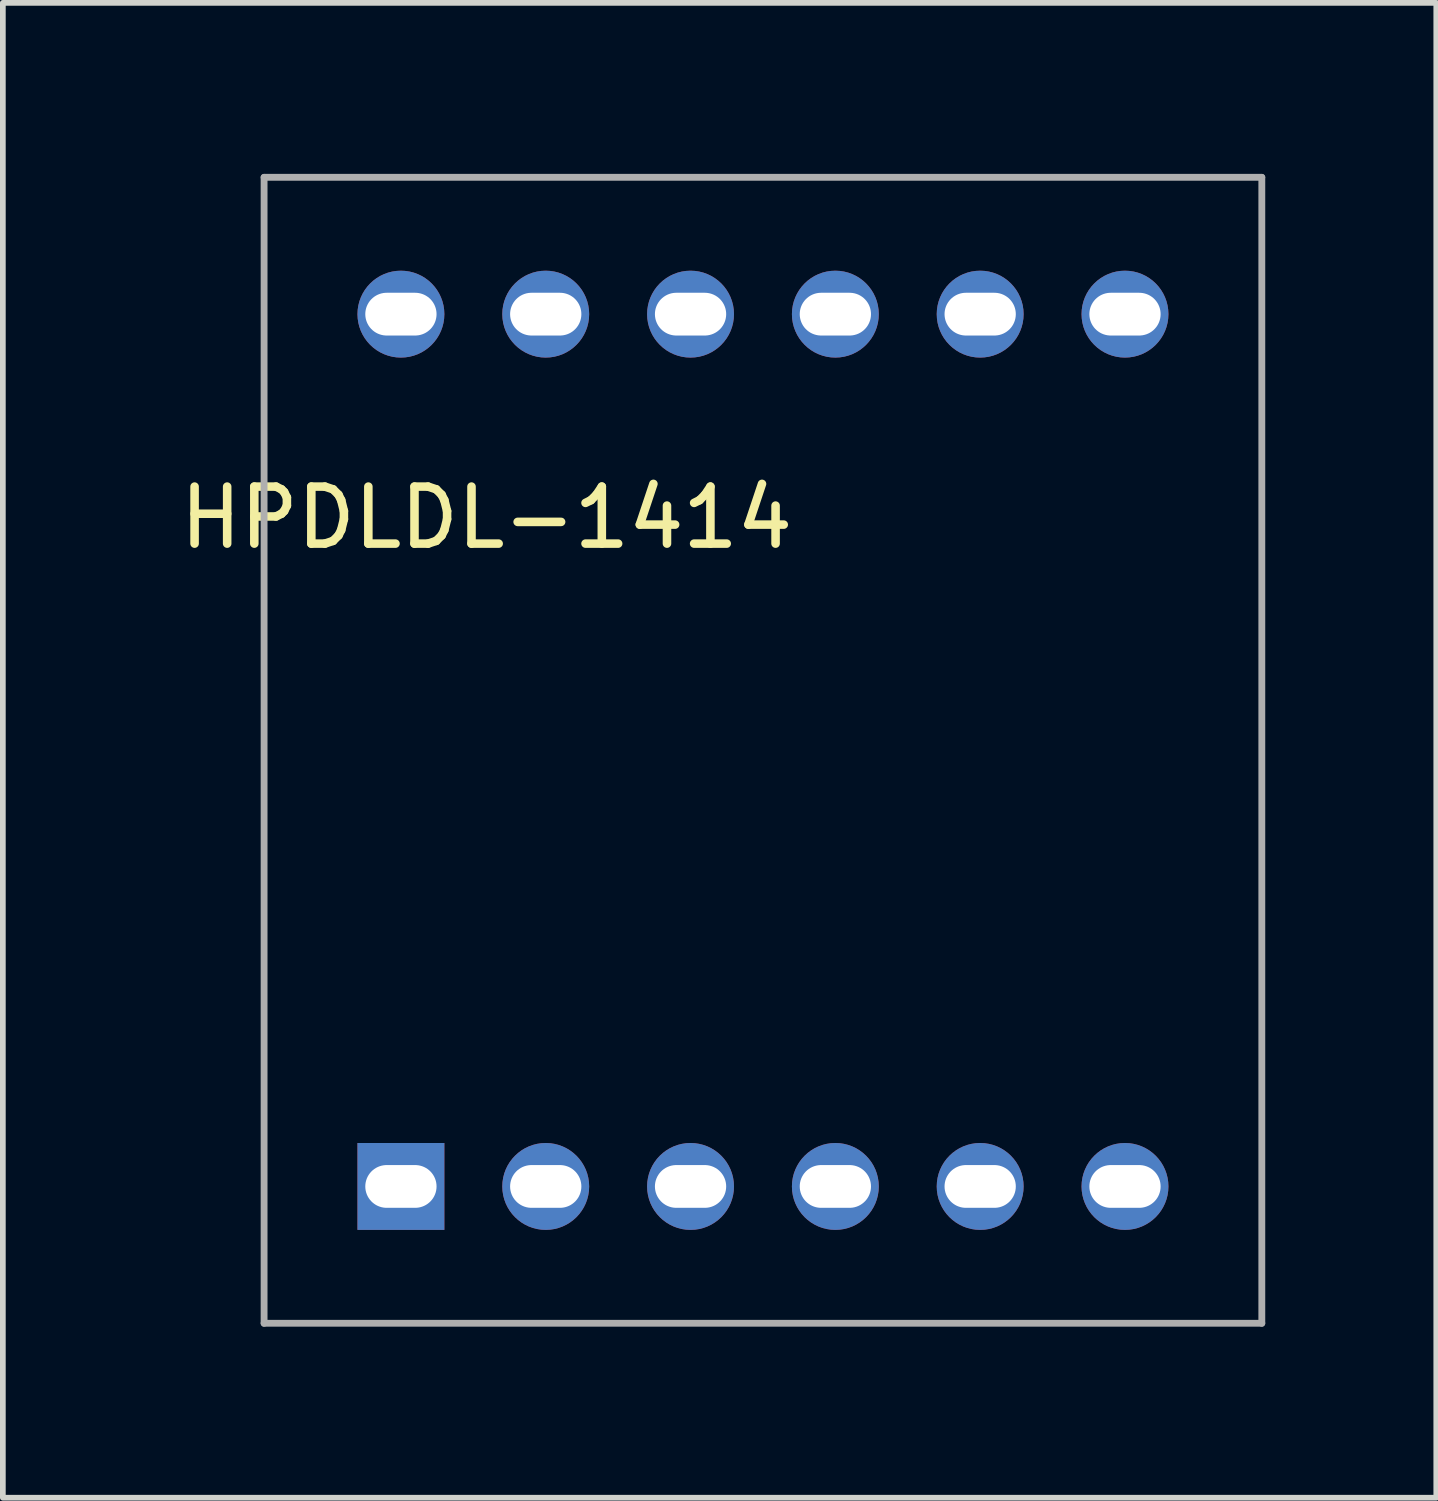
<source format=kicad_pcb>
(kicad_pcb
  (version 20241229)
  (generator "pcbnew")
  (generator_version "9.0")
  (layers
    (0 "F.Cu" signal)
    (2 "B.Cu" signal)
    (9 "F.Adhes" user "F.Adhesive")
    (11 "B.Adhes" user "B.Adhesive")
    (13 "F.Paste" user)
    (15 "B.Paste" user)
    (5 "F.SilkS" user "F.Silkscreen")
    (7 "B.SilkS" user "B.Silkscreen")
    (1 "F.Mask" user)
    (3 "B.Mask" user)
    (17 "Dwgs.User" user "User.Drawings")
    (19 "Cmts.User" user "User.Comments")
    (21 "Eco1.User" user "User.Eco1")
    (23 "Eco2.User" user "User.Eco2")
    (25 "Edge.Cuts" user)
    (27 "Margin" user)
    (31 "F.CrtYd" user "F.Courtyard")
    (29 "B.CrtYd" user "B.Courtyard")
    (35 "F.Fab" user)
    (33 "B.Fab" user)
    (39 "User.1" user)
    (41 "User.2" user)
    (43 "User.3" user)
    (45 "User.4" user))
  (footprint "HPDLDL-1414"
    (layer "F.Cu")
    (at 1.582 17.76)
    (property "Reference" "HPDLDL-1414" (at 3.9 -11.73 0) (layer "F.SilkS") (effects (font (size 1 1) (thickness 0.15))))
    (attr through_hole)
    (fp_line (start 0 -17.7) (end 17.5 -17.7) (stroke (width 0.12) (type solid)) (layer "F.Fab"))
    (fp_line (start 0 2.4) (end 0 -17.7) (stroke (width 0.12) (type solid)) (layer "F.Fab"))
    (fp_line (start 0 2.4) (end 17.5 2.4) (stroke (width 0.12) (type solid)) (layer "F.Fab"))
    (fp_line (start 17.5 2.4) (end 17.5 -17.7) (stroke (width 0.12) (type solid)) (layer "F.Fab"))
    (pad "1" thru_hole rect (at 2.4 0) (size 1.524 1.524) (drill oval 1.25 0.75) (layers "*.Cu" "*.Mask"))
    (pad "2" thru_hole circle (at 4.94 0) (size 1.524 1.524) (drill oval 1.25 0.75) (layers "*.Cu" "*.Mask"))
    (pad "3" thru_hole circle (at 7.48 0) (size 1.524 1.524) (drill oval 1.25 0.75) (layers "*.Cu" "*.Mask"))
    (pad "4" thru_hole circle (at 10.02 0) (size 1.524 1.524) (drill oval 1.25 0.75) (layers "*.Cu" "*.Mask"))
    (pad "5" thru_hole circle (at 12.56 0) (size 1.524 1.524) (drill oval 1.25 0.75) (layers "*.Cu" "*.Mask"))
    (pad "6" thru_hole circle (at 15.1 0) (size 1.524 1.524) (drill oval 1.25 0.75) (layers "*.Cu" "*.Mask"))
    (pad "7" thru_hole circle (at 15.1 -15.3 180) (size 1.524 1.524) (drill oval 1.25 0.75) (layers "*.Cu" "*.Mask"))
    (pad "8" thru_hole circle (at 12.56 -15.3 180) (size 1.524 1.524) (drill oval 1.25 0.75) (layers "*.Cu" "*.Mask"))
    (pad "9" thru_hole circle (at 10.02 -15.3 180) (size 1.524 1.524) (drill oval 1.25 0.75) (layers "*.Cu" "*.Mask"))
    (pad "10" thru_hole circle (at 7.48 -15.3 180) (size 1.524 1.524) (drill oval 1.25 0.75) (layers "*.Cu" "*.Mask"))
    (pad "11" thru_hole circle (at 4.94 -15.3 180) (size 1.524 1.524) (drill oval 1.25 0.75) (layers "*.Cu" "*.Mask"))
    (pad "12" thru_hole circle (at 2.4 -15.3 180) (size 1.524 1.524) (drill oval 1.25 0.75) (layers "*.Cu" "*.Mask")))
  (gr_rect
    (start -3 -3)
    (end 22.142 23.22)
    (stroke (width 0.1) (type default))
    (fill no)
    (layer "Edge.Cuts")))
</source>
